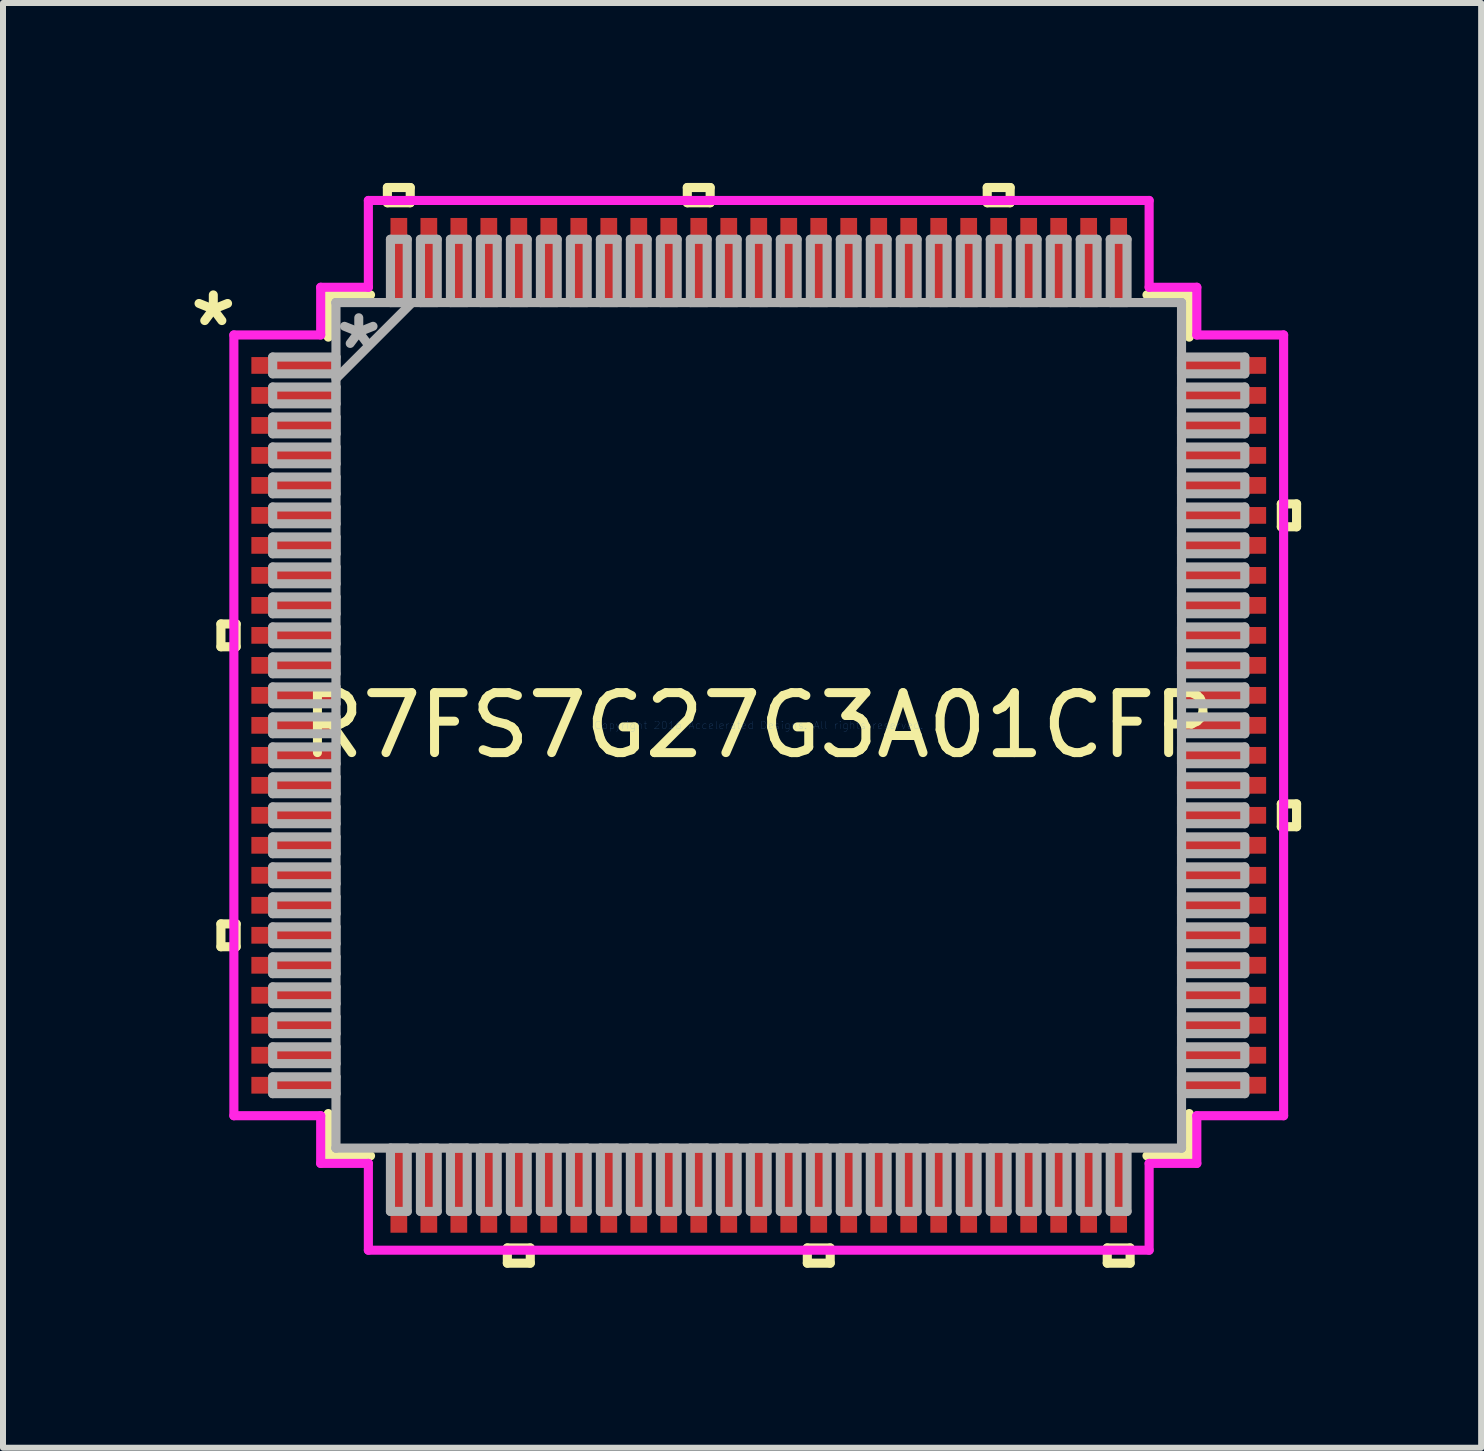
<source format=kicad_pcb>
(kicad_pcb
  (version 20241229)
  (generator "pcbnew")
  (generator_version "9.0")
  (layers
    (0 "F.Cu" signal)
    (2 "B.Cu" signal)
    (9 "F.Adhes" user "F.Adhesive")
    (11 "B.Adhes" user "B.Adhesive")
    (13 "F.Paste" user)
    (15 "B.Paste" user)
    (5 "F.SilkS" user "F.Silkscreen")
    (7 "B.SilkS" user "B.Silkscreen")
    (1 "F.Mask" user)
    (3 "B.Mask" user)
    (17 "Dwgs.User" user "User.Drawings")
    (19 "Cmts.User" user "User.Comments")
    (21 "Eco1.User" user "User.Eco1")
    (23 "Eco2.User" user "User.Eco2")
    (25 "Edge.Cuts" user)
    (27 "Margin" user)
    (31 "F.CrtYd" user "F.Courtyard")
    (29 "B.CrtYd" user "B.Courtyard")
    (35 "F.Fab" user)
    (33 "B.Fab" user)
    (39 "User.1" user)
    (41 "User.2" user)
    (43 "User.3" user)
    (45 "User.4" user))
  (footprint "R7FS7G27G3A01CFP"
    (layer "F.Cu")
    (at 9.599 9.042)
    (property "Reference" "R7FS7G27G3A01CFP" (at 0 0 0) (layer "F.SilkS") (effects (font (size 1 1) (thickness 0.15))))
    (attr through_hole)
    (fp_line (start -8.966 -1.69) (end -8.966 -1.31) (stroke (width 0.152) (type solid)) (layer "F.SilkS"))
    (fp_line (start -8.966 -1.31) (end -8.712 -1.31) (stroke (width 0.152) (type solid)) (layer "F.SilkS"))
    (fp_line (start -8.966 3.31) (end -8.966 3.691) (stroke (width 0.152) (type solid)) (layer "F.SilkS"))
    (fp_line (start -8.966 3.691) (end -8.712 3.691) (stroke (width 0.152) (type solid)) (layer "F.SilkS"))
    (fp_line (start -8.712 -1.69) (end -8.966 -1.69) (stroke (width 0.152) (type solid)) (layer "F.SilkS"))
    (fp_line (start -8.712 -1.31) (end -8.712 -1.69) (stroke (width 0.152) (type solid)) (layer "F.SilkS"))
    (fp_line (start -8.712 3.31) (end -8.966 3.31) (stroke (width 0.152) (type solid)) (layer "F.SilkS"))
    (fp_line (start -8.712 3.691) (end -8.712 3.31) (stroke (width 0.152) (type solid)) (layer "F.SilkS"))
    (fp_line (start -7.176 -7.176) (end -7.176 -6.472) (stroke (width 0.152) (type solid)) (layer "F.SilkS"))
    (fp_line (start -7.176 6.472) (end -7.176 7.176) (stroke (width 0.152) (type solid)) (layer "F.SilkS"))
    (fp_line (start -7.176 7.176) (end -6.472 7.176) (stroke (width 0.152) (type solid)) (layer "F.SilkS"))
    (fp_line (start -6.472 -7.176) (end -7.176 -7.176) (stroke (width 0.152) (type solid)) (layer "F.SilkS"))
    (fp_line (start -6.191 -8.966) (end -5.81 -8.966) (stroke (width 0.152) (type solid)) (layer "F.SilkS"))
    (fp_line (start -6.191 -8.712) (end -6.191 -8.966) (stroke (width 0.152) (type solid)) (layer "F.SilkS"))
    (fp_line (start -5.81 -8.966) (end -5.81 -8.712) (stroke (width 0.152) (type solid)) (layer "F.SilkS"))
    (fp_line (start -5.81 -8.712) (end -6.191 -8.712) (stroke (width 0.152) (type solid)) (layer "F.SilkS"))
    (fp_line (start -4.191 8.712) (end -4.191 8.966) (stroke (width 0.152) (type solid)) (layer "F.SilkS"))
    (fp_line (start -4.191 8.966) (end -3.809 8.966) (stroke (width 0.152) (type solid)) (layer "F.SilkS"))
    (fp_line (start -3.809 8.712) (end -4.191 8.712) (stroke (width 0.152) (type solid)) (layer "F.SilkS"))
    (fp_line (start -3.809 8.966) (end -3.809 8.712) (stroke (width 0.152) (type solid)) (layer "F.SilkS"))
    (fp_line (start -1.191 -8.966) (end -0.81 -8.966) (stroke (width 0.152) (type solid)) (layer "F.SilkS"))
    (fp_line (start -1.191 -8.712) (end -1.191 -8.966) (stroke (width 0.152) (type solid)) (layer "F.SilkS"))
    (fp_line (start -0.81 -8.966) (end -0.81 -8.712) (stroke (width 0.152) (type solid)) (layer "F.SilkS"))
    (fp_line (start -0.81 -8.712) (end -1.191 -8.712) (stroke (width 0.152) (type solid)) (layer "F.SilkS"))
    (fp_line (start 0.81 8.712) (end 0.81 8.966) (stroke (width 0.152) (type solid)) (layer "F.SilkS"))
    (fp_line (start 0.81 8.966) (end 1.191 8.966) (stroke (width 0.152) (type solid)) (layer "F.SilkS"))
    (fp_line (start 1.191 8.712) (end 0.81 8.712) (stroke (width 0.152) (type solid)) (layer "F.SilkS"))
    (fp_line (start 1.191 8.966) (end 1.191 8.712) (stroke (width 0.152) (type solid)) (layer "F.SilkS"))
    (fp_line (start 3.809 -8.966) (end 4.191 -8.966) (stroke (width 0.152) (type solid)) (layer "F.SilkS"))
    (fp_line (start 3.809 -8.712) (end 3.809 -8.966) (stroke (width 0.152) (type solid)) (layer "F.SilkS"))
    (fp_line (start 4.191 -8.966) (end 4.191 -8.712) (stroke (width 0.152) (type solid)) (layer "F.SilkS"))
    (fp_line (start 4.191 -8.712) (end 3.809 -8.712) (stroke (width 0.152) (type solid)) (layer "F.SilkS"))
    (fp_line (start 5.81 8.712) (end 5.81 8.966) (stroke (width 0.152) (type solid)) (layer "F.SilkS"))
    (fp_line (start 5.81 8.966) (end 6.191 8.966) (stroke (width 0.152) (type solid)) (layer "F.SilkS"))
    (fp_line (start 6.191 8.712) (end 5.81 8.712) (stroke (width 0.152) (type solid)) (layer "F.SilkS"))
    (fp_line (start 6.191 8.966) (end 6.191 8.712) (stroke (width 0.152) (type solid)) (layer "F.SilkS"))
    (fp_line (start 6.472 7.176) (end 7.176 7.176) (stroke (width 0.152) (type solid)) (layer "F.SilkS"))
    (fp_line (start 7.176 -7.176) (end 6.472 -7.176) (stroke (width 0.152) (type solid)) (layer "F.SilkS"))
    (fp_line (start 7.176 -6.472) (end 7.176 -7.176) (stroke (width 0.152) (type solid)) (layer "F.SilkS"))
    (fp_line (start 7.176 7.176) (end 7.176 6.472) (stroke (width 0.152) (type solid)) (layer "F.SilkS"))
    (fp_line (start 8.712 -3.691) (end 8.966 -3.691) (stroke (width 0.152) (type solid)) (layer "F.SilkS"))
    (fp_line (start 8.712 -3.31) (end 8.712 -3.691) (stroke (width 0.152) (type solid)) (layer "F.SilkS"))
    (fp_line (start 8.712 1.31) (end 8.966 1.31) (stroke (width 0.152) (type solid)) (layer "F.SilkS"))
    (fp_line (start 8.712 1.69) (end 8.712 1.31) (stroke (width 0.152) (type solid)) (layer "F.SilkS"))
    (fp_line (start 8.966 -3.691) (end 8.966 -3.31) (stroke (width 0.152) (type solid)) (layer "F.SilkS"))
    (fp_line (start 8.966 -3.31) (end 8.712 -3.31) (stroke (width 0.152) (type solid)) (layer "F.SilkS"))
    (fp_line (start 8.966 1.31) (end 8.966 1.69) (stroke (width 0.152) (type solid)) (layer "F.SilkS"))
    (fp_line (start 8.966 1.69) (end 8.712 1.69) (stroke (width 0.152) (type solid)) (layer "F.SilkS"))
    (fp_line (start -8.75 -6.508) (end -7.303 -6.508) (stroke (width 0.152) (type solid)) (layer "F.CrtYd"))
    (fp_line (start -8.75 6.508) (end -8.75 -6.508) (stroke (width 0.152) (type solid)) (layer "F.CrtYd"))
    (fp_line (start -7.303 -7.303) (end -6.508 -7.303) (stroke (width 0.152) (type solid)) (layer "F.CrtYd"))
    (fp_line (start -7.303 -6.508) (end -7.303 -7.303) (stroke (width 0.152) (type solid)) (layer "F.CrtYd"))
    (fp_line (start -7.303 6.508) (end -8.75 6.508) (stroke (width 0.152) (type solid)) (layer "F.CrtYd"))
    (fp_line (start -7.303 7.303) (end -7.303 6.508) (stroke (width 0.152) (type solid)) (layer "F.CrtYd"))
    (fp_line (start -6.508 -8.75) (end 6.508 -8.75) (stroke (width 0.152) (type solid)) (layer "F.CrtYd"))
    (fp_line (start -6.508 -7.303) (end -6.508 -8.75) (stroke (width 0.152) (type solid)) (layer "F.CrtYd"))
    (fp_line (start -6.508 7.303) (end -7.303 7.303) (stroke (width 0.152) (type solid)) (layer "F.CrtYd"))
    (fp_line (start -6.508 8.75) (end -6.508 7.303) (stroke (width 0.152) (type solid)) (layer "F.CrtYd"))
    (fp_line (start 6.508 -8.75) (end 6.508 -7.303) (stroke (width 0.152) (type solid)) (layer "F.CrtYd"))
    (fp_line (start 6.508 -7.303) (end 7.303 -7.303) (stroke (width 0.152) (type solid)) (layer "F.CrtYd"))
    (fp_line (start 6.508 7.303) (end 6.508 8.75) (stroke (width 0.152) (type solid)) (layer "F.CrtYd"))
    (fp_line (start 6.508 8.75) (end -6.508 8.75) (stroke (width 0.152) (type solid)) (layer "F.CrtYd"))
    (fp_line (start 7.303 -7.303) (end 7.303 -6.508) (stroke (width 0.152) (type solid)) (layer "F.CrtYd"))
    (fp_line (start 7.303 -6.508) (end 8.75 -6.508) (stroke (width 0.152) (type solid)) (layer "F.CrtYd"))
    (fp_line (start 7.303 6.508) (end 7.303 7.303) (stroke (width 0.152) (type solid)) (layer "F.CrtYd"))
    (fp_line (start 7.303 7.303) (end 6.508 7.303) (stroke (width 0.152) (type solid)) (layer "F.CrtYd"))
    (fp_line (start 8.75 -6.508) (end 8.75 6.508) (stroke (width 0.152) (type solid)) (layer "F.CrtYd"))
    (fp_line (start 8.75 6.508) (end 7.303 6.508) (stroke (width 0.152) (type solid)) (layer "F.CrtYd"))
    (fp_line (start -8.103 -6.14) (end -8.103 -5.86) (stroke (width 0.152) (type solid)) (layer "F.Fab"))
    (fp_line (start -8.103 -5.86) (end -7.048 -5.86) (stroke (width 0.152) (type solid)) (layer "F.Fab"))
    (fp_line (start -8.103 -5.64) (end -8.103 -5.36) (stroke (width 0.152) (type solid)) (layer "F.Fab"))
    (fp_line (start -8.103 -5.36) (end -7.048 -5.36) (stroke (width 0.152) (type solid)) (layer "F.Fab"))
    (fp_line (start -8.103 -5.14) (end -8.103 -4.86) (stroke (width 0.152) (type solid)) (layer "F.Fab"))
    (fp_line (start -8.103 -4.86) (end -7.048 -4.86) (stroke (width 0.152) (type solid)) (layer "F.Fab"))
    (fp_line (start -8.103 -4.64) (end -8.103 -4.36) (stroke (width 0.152) (type solid)) (layer "F.Fab"))
    (fp_line (start -8.103 -4.36) (end -7.048 -4.36) (stroke (width 0.152) (type solid)) (layer "F.Fab"))
    (fp_line (start -8.103 -4.14) (end -8.103 -3.86) (stroke (width 0.152) (type solid)) (layer "F.Fab"))
    (fp_line (start -8.103 -3.86) (end -7.048 -3.86) (stroke (width 0.152) (type solid)) (layer "F.Fab"))
    (fp_line (start -8.103 -3.64) (end -8.103 -3.36) (stroke (width 0.152) (type solid)) (layer "F.Fab"))
    (fp_line (start -8.103 -3.36) (end -7.048 -3.36) (stroke (width 0.152) (type solid)) (layer "F.Fab"))
    (fp_line (start -8.103 -3.14) (end -8.103 -2.86) (stroke (width 0.152) (type solid)) (layer "F.Fab"))
    (fp_line (start -8.103 -2.86) (end -7.048 -2.86) (stroke (width 0.152) (type solid)) (layer "F.Fab"))
    (fp_line (start -8.103 -2.64) (end -8.103 -2.36) (stroke (width 0.152) (type solid)) (layer "F.Fab"))
    (fp_line (start -8.103 -2.36) (end -7.048 -2.36) (stroke (width 0.152) (type solid)) (layer "F.Fab"))
    (fp_line (start -8.103 -2.14) (end -8.103 -1.86) (stroke (width 0.152) (type solid)) (layer "F.Fab"))
    (fp_line (start -8.103 -1.86) (end -7.048 -1.86) (stroke (width 0.152) (type solid)) (layer "F.Fab"))
    (fp_line (start -8.103 -1.64) (end -8.103 -1.36) (stroke (width 0.152) (type solid)) (layer "F.Fab"))
    (fp_line (start -8.103 -1.36) (end -7.048 -1.36) (stroke (width 0.152) (type solid)) (layer "F.Fab"))
    (fp_line (start -8.103 -1.14) (end -8.103 -0.86) (stroke (width 0.152) (type solid)) (layer "F.Fab"))
    (fp_line (start -8.103 -0.86) (end -7.048 -0.86) (stroke (width 0.152) (type solid)) (layer "F.Fab"))
    (fp_line (start -8.103 -0.64) (end -8.103 -0.36) (stroke (width 0.152) (type solid)) (layer "F.Fab"))
    (fp_line (start -8.103 -0.36) (end -7.048 -0.36) (stroke (width 0.152) (type solid)) (layer "F.Fab"))
    (fp_line (start -8.103 -0.14) (end -8.103 0.14) (stroke (width 0.152) (type solid)) (layer "F.Fab"))
    (fp_line (start -8.103 0.14) (end -7.048 0.14) (stroke (width 0.152) (type solid)) (layer "F.Fab"))
    (fp_line (start -8.103 0.36) (end -8.103 0.64) (stroke (width 0.152) (type solid)) (layer "F.Fab"))
    (fp_line (start -8.103 0.64) (end -7.048 0.64) (stroke (width 0.152) (type solid)) (layer "F.Fab"))
    (fp_line (start -8.103 0.86) (end -8.103 1.14) (stroke (width 0.152) (type solid)) (layer "F.Fab"))
    (fp_line (start -8.103 1.14) (end -7.048 1.14) (stroke (width 0.152) (type solid)) (layer "F.Fab"))
    (fp_line (start -8.103 1.36) (end -8.103 1.64) (stroke (width 0.152) (type solid)) (layer "F.Fab"))
    (fp_line (start -8.103 1.64) (end -7.048 1.64) (stroke (width 0.152) (type solid)) (layer "F.Fab"))
    (fp_line (start -8.103 1.86) (end -8.103 2.14) (stroke (width 0.152) (type solid)) (layer "F.Fab"))
    (fp_line (start -8.103 2.14) (end -7.048 2.14) (stroke (width 0.152) (type solid)) (layer "F.Fab"))
    (fp_line (start -8.103 2.36) (end -8.103 2.64) (stroke (width 0.152) (type solid)) (layer "F.Fab"))
    (fp_line (start -8.103 2.64) (end -7.048 2.64) (stroke (width 0.152) (type solid)) (layer "F.Fab"))
    (fp_line (start -8.103 2.86) (end -8.103 3.14) (stroke (width 0.152) (type solid)) (layer "F.Fab"))
    (fp_line (start -8.103 3.14) (end -7.048 3.14) (stroke (width 0.152) (type solid)) (layer "F.Fab"))
    (fp_line (start -8.103 3.36) (end -8.103 3.64) (stroke (width 0.152) (type solid)) (layer "F.Fab"))
    (fp_line (start -8.103 3.64) (end -7.048 3.64) (stroke (width 0.152) (type solid)) (layer "F.Fab"))
    (fp_line (start -8.103 3.86) (end -8.103 4.14) (stroke (width 0.152) (type solid)) (layer "F.Fab"))
    (fp_line (start -8.103 4.14) (end -7.048 4.14) (stroke (width 0.152) (type solid)) (layer "F.Fab"))
    (fp_line (start -8.103 4.36) (end -8.103 4.64) (stroke (width 0.152) (type solid)) (layer "F.Fab"))
    (fp_line (start -8.103 4.64) (end -7.048 4.64) (stroke (width 0.152) (type solid)) (layer "F.Fab"))
    (fp_line (start -8.103 4.86) (end -8.103 5.14) (stroke (width 0.152) (type solid)) (layer "F.Fab"))
    (fp_line (start -8.103 5.14) (end -7.048 5.14) (stroke (width 0.152) (type solid)) (layer "F.Fab"))
    (fp_line (start -8.103 5.36) (end -8.103 5.64) (stroke (width 0.152) (type solid)) (layer "F.Fab"))
    (fp_line (start -8.103 5.64) (end -7.048 5.64) (stroke (width 0.152) (type solid)) (layer "F.Fab"))
    (fp_line (start -8.103 5.86) (end -8.103 6.14) (stroke (width 0.152) (type solid)) (layer "F.Fab"))
    (fp_line (start -8.103 6.14) (end -7.048 6.14) (stroke (width 0.152) (type solid)) (layer "F.Fab"))
    (fp_line (start -7.048 -7.048) (end -7.048 -7.048) (stroke (width 0.152) (type solid)) (layer "F.Fab"))
    (fp_line (start -7.048 -7.048) (end -7.048 7.048) (stroke (width 0.152) (type solid)) (layer "F.Fab"))
    (fp_line (start -7.048 -6.14) (end -8.103 -6.14) (stroke (width 0.152) (type solid)) (layer "F.Fab"))
    (fp_line (start -7.048 -5.86) (end -7.048 -6.14) (stroke (width 0.152) (type solid)) (layer "F.Fab"))
    (fp_line (start -7.048 -5.779) (end -5.779 -7.048) (stroke (width 0.152) (type solid)) (layer "F.Fab"))
    (fp_line (start -7.048 -5.64) (end -8.103 -5.64) (stroke (width 0.152) (type solid)) (layer "F.Fab"))
    (fp_line (start -7.048 -5.36) (end -7.048 -5.64) (stroke (width 0.152) (type solid)) (layer "F.Fab"))
    (fp_line (start -7.048 -5.14) (end -8.103 -5.14) (stroke (width 0.152) (type solid)) (layer "F.Fab"))
    (fp_line (start -7.048 -4.86) (end -7.048 -5.14) (stroke (width 0.152) (type solid)) (layer "F.Fab"))
    (fp_line (start -7.048 -4.64) (end -8.103 -4.64) (stroke (width 0.152) (type solid)) (layer "F.Fab"))
    (fp_line (start -7.048 -4.36) (end -7.048 -4.64) (stroke (width 0.152) (type solid)) (layer "F.Fab"))
    (fp_line (start -7.048 -4.14) (end -8.103 -4.14) (stroke (width 0.152) (type solid)) (layer "F.Fab"))
    (fp_line (start -7.048 -3.86) (end -7.048 -4.14) (stroke (width 0.152) (type solid)) (layer "F.Fab"))
    (fp_line (start -7.048 -3.64) (end -8.103 -3.64) (stroke (width 0.152) (type solid)) (layer "F.Fab"))
    (fp_line (start -7.048 -3.36) (end -7.048 -3.64) (stroke (width 0.152) (type solid)) (layer "F.Fab"))
    (fp_line (start -7.048 -3.14) (end -8.103 -3.14) (stroke (width 0.152) (type solid)) (layer "F.Fab"))
    (fp_line (start -7.048 -2.86) (end -7.048 -3.14) (stroke (width 0.152) (type solid)) (layer "F.Fab"))
    (fp_line (start -7.048 -2.64) (end -8.103 -2.64) (stroke (width 0.152) (type solid)) (layer "F.Fab"))
    (fp_line (start -7.048 -2.36) (end -7.048 -2.64) (stroke (width 0.152) (type solid)) (layer "F.Fab"))
    (fp_line (start -7.048 -2.14) (end -8.103 -2.14) (stroke (width 0.152) (type solid)) (layer "F.Fab"))
    (fp_line (start -7.048 -1.86) (end -7.048 -2.14) (stroke (width 0.152) (type solid)) (layer "F.Fab"))
    (fp_line (start -7.048 -1.64) (end -8.103 -1.64) (stroke (width 0.152) (type solid)) (layer "F.Fab"))
    (fp_line (start -7.048 -1.36) (end -7.048 -1.64) (stroke (width 0.152) (type solid)) (layer "F.Fab"))
    (fp_line (start -7.048 -1.14) (end -8.103 -1.14) (stroke (width 0.152) (type solid)) (layer "F.Fab"))
    (fp_line (start -7.048 -0.86) (end -7.048 -1.14) (stroke (width 0.152) (type solid)) (layer "F.Fab"))
    (fp_line (start -7.048 -0.64) (end -8.103 -0.64) (stroke (width 0.152) (type solid)) (layer "F.Fab"))
    (fp_line (start -7.048 -0.36) (end -7.048 -0.64) (stroke (width 0.152) (type solid)) (layer "F.Fab"))
    (fp_line (start -7.048 -0.14) (end -8.103 -0.14) (stroke (width 0.152) (type solid)) (layer "F.Fab"))
    (fp_line (start -7.048 0.14) (end -7.048 -0.14) (stroke (width 0.152) (type solid)) (layer "F.Fab"))
    (fp_line (start -7.048 0.36) (end -8.103 0.36) (stroke (width 0.152) (type solid)) (layer "F.Fab"))
    (fp_line (start -7.048 0.64) (end -7.048 0.36) (stroke (width 0.152) (type solid)) (layer "F.Fab"))
    (fp_line (start -7.048 0.86) (end -8.103 0.86) (stroke (width 0.152) (type solid)) (layer "F.Fab"))
    (fp_line (start -7.048 1.14) (end -7.048 0.86) (stroke (width 0.152) (type solid)) (layer "F.Fab"))
    (fp_line (start -7.048 1.36) (end -8.103 1.36) (stroke (width 0.152) (type solid)) (layer "F.Fab"))
    (fp_line (start -7.048 1.64) (end -7.048 1.36) (stroke (width 0.152) (type solid)) (layer "F.Fab"))
    (fp_line (start -7.048 1.86) (end -8.103 1.86) (stroke (width 0.152) (type solid)) (layer "F.Fab"))
    (fp_line (start -7.048 2.14) (end -7.048 1.86) (stroke (width 0.152) (type solid)) (layer "F.Fab"))
    (fp_line (start -7.048 2.36) (end -8.103 2.36) (stroke (width 0.152) (type solid)) (layer "F.Fab"))
    (fp_line (start -7.048 2.64) (end -7.048 2.36) (stroke (width 0.152) (type solid)) (layer "F.Fab"))
    (fp_line (start -7.048 2.86) (end -8.103 2.86) (stroke (width 0.152) (type solid)) (layer "F.Fab"))
    (fp_line (start -7.048 3.14) (end -7.048 2.86) (stroke (width 0.152) (type solid)) (layer "F.Fab"))
    (fp_line (start -7.048 3.36) (end -8.103 3.36) (stroke (width 0.152) (type solid)) (layer "F.Fab"))
    (fp_line (start -7.048 3.64) (end -7.048 3.36) (stroke (width 0.152) (type solid)) (layer "F.Fab"))
    (fp_line (start -7.048 3.86) (end -8.103 3.86) (stroke (width 0.152) (type solid)) (layer "F.Fab"))
    (fp_line (start -7.048 4.14) (end -7.048 3.86) (stroke (width 0.152) (type solid)) (layer "F.Fab"))
    (fp_line (start -7.048 4.36) (end -8.103 4.36) (stroke (width 0.152) (type solid)) (layer "F.Fab"))
    (fp_line (start -7.048 4.64) (end -7.048 4.36) (stroke (width 0.152) (type solid)) (layer "F.Fab"))
    (fp_line (start -7.048 4.86) (end -8.103 4.86) (stroke (width 0.152) (type solid)) (layer "F.Fab"))
    (fp_line (start -7.048 5.14) (end -7.048 4.86) (stroke (width 0.152) (type solid)) (layer "F.Fab"))
    (fp_line (start -7.048 5.36) (end -8.103 5.36) (stroke (width 0.152) (type solid)) (layer "F.Fab"))
    (fp_line (start -7.048 5.64) (end -7.048 5.36) (stroke (width 0.152) (type solid)) (layer "F.Fab"))
    (fp_line (start -7.048 5.86) (end -8.103 5.86) (stroke (width 0.152) (type solid)) (layer "F.Fab"))
    (fp_line (start -7.048 6.14) (end -7.048 5.86) (stroke (width 0.152) (type solid)) (layer "F.Fab"))
    (fp_line (start -7.048 7.048) (end -7.048 7.048) (stroke (width 0.152) (type solid)) (layer "F.Fab"))
    (fp_line (start -7.048 7.048) (end 7.048 7.048) (stroke (width 0.152) (type solid)) (layer "F.Fab"))
    (fp_line (start -6.14 -8.103) (end -6.14 -7.048) (stroke (width 0.152) (type solid)) (layer "F.Fab"))
    (fp_line (start -6.14 -7.048) (end -5.86 -7.048) (stroke (width 0.152) (type solid)) (layer "F.Fab"))
    (fp_line (start -6.14 7.048) (end -6.14 8.103) (stroke (width 0.152) (type solid)) (layer "F.Fab"))
    (fp_line (start -6.14 8.103) (end -5.86 8.103) (stroke (width 0.152) (type solid)) (layer "F.Fab"))
    (fp_line (start -5.86 -8.103) (end -6.14 -8.103) (stroke (width 0.152) (type solid)) (layer "F.Fab"))
    (fp_line (start -5.86 -7.048) (end -5.86 -8.103) (stroke (width 0.152) (type solid)) (layer "F.Fab"))
    (fp_line (start -5.86 7.048) (end -6.14 7.048) (stroke (width 0.152) (type solid)) (layer "F.Fab"))
    (fp_line (start -5.86 8.103) (end -5.86 7.048) (stroke (width 0.152) (type solid)) (layer "F.Fab"))
    (fp_line (start -5.64 -8.103) (end -5.64 -7.048) (stroke (width 0.152) (type solid)) (layer "F.Fab"))
    (fp_line (start -5.64 -7.048) (end -5.36 -7.048) (stroke (width 0.152) (type solid)) (layer "F.Fab"))
    (fp_line (start -5.64 7.048) (end -5.64 8.103) (stroke (width 0.152) (type solid)) (layer "F.Fab"))
    (fp_line (start -5.64 8.103) (end -5.36 8.103) (stroke (width 0.152) (type solid)) (layer "F.Fab"))
    (fp_line (start -5.36 -8.103) (end -5.64 -8.103) (stroke (width 0.152) (type solid)) (layer "F.Fab"))
    (fp_line (start -5.36 -7.048) (end -5.36 -8.103) (stroke (width 0.152) (type solid)) (layer "F.Fab"))
    (fp_line (start -5.36 7.048) (end -5.64 7.048) (stroke (width 0.152) (type solid)) (layer "F.Fab"))
    (fp_line (start -5.36 8.103) (end -5.36 7.048) (stroke (width 0.152) (type solid)) (layer "F.Fab"))
    (fp_line (start -5.14 -8.103) (end -5.14 -7.048) (stroke (width 0.152) (type solid)) (layer "F.Fab"))
    (fp_line (start -5.14 -7.048) (end -4.86 -7.048) (stroke (width 0.152) (type solid)) (layer "F.Fab"))
    (fp_line (start -5.14 7.048) (end -5.14 8.103) (stroke (width 0.152) (type solid)) (layer "F.Fab"))
    (fp_line (start -5.14 8.103) (end -4.86 8.103) (stroke (width 0.152) (type solid)) (layer "F.Fab"))
    (fp_line (start -4.86 -8.103) (end -5.14 -8.103) (stroke (width 0.152) (type solid)) (layer "F.Fab"))
    (fp_line (start -4.86 -7.048) (end -4.86 -8.103) (stroke (width 0.152) (type solid)) (layer "F.Fab"))
    (fp_line (start -4.86 7.048) (end -5.14 7.048) (stroke (width 0.152) (type solid)) (layer "F.Fab"))
    (fp_line (start -4.86 8.103) (end -4.86 7.048) (stroke (width 0.152) (type solid)) (layer "F.Fab"))
    (fp_line (start -4.64 -8.103) (end -4.64 -7.048) (stroke (width 0.152) (type solid)) (layer "F.Fab"))
    (fp_line (start -4.64 -7.048) (end -4.36 -7.048) (stroke (width 0.152) (type solid)) (layer "F.Fab"))
    (fp_line (start -4.64 7.048) (end -4.64 8.103) (stroke (width 0.152) (type solid)) (layer "F.Fab"))
    (fp_line (start -4.64 8.103) (end -4.36 8.103) (stroke (width 0.152) (type solid)) (layer "F.Fab"))
    (fp_line (start -4.36 -8.103) (end -4.64 -8.103) (stroke (width 0.152) (type solid)) (layer "F.Fab"))
    (fp_line (start -4.36 -7.048) (end -4.36 -8.103) (stroke (width 0.152) (type solid)) (layer "F.Fab"))
    (fp_line (start -4.36 7.048) (end -4.64 7.048) (stroke (width 0.152) (type solid)) (layer "F.Fab"))
    (fp_line (start -4.36 8.103) (end -4.36 7.048) (stroke (width 0.152) (type solid)) (layer "F.Fab"))
    (fp_line (start -4.14 -8.103) (end -4.14 -7.048) (stroke (width 0.152) (type solid)) (layer "F.Fab"))
    (fp_line (start -4.14 -7.048) (end -3.86 -7.048) (stroke (width 0.152) (type solid)) (layer "F.Fab"))
    (fp_line (start -4.14 7.048) (end -4.14 8.103) (stroke (width 0.152) (type solid)) (layer "F.Fab"))
    (fp_line (start -4.14 8.103) (end -3.86 8.103) (stroke (width 0.152) (type solid)) (layer "F.Fab"))
    (fp_line (start -3.86 -8.103) (end -4.14 -8.103) (stroke (width 0.152) (type solid)) (layer "F.Fab"))
    (fp_line (start -3.86 -7.048) (end -3.86 -8.103) (stroke (width 0.152) (type solid)) (layer "F.Fab"))
    (fp_line (start -3.86 7.048) (end -4.14 7.048) (stroke (width 0.152) (type solid)) (layer "F.Fab"))
    (fp_line (start -3.86 8.103) (end -3.86 7.048) (stroke (width 0.152) (type solid)) (layer "F.Fab"))
    (fp_line (start -3.64 -8.103) (end -3.64 -7.048) (stroke (width 0.152) (type solid)) (layer "F.Fab"))
    (fp_line (start -3.64 -7.048) (end -3.36 -7.048) (stroke (width 0.152) (type solid)) (layer "F.Fab"))
    (fp_line (start -3.64 7.048) (end -3.64 8.103) (stroke (width 0.152) (type solid)) (layer "F.Fab"))
    (fp_line (start -3.64 8.103) (end -3.36 8.103) (stroke (width 0.152) (type solid)) (layer "F.Fab"))
    (fp_line (start -3.36 -8.103) (end -3.64 -8.103) (stroke (width 0.152) (type solid)) (layer "F.Fab"))
    (fp_line (start -3.36 -7.048) (end -3.36 -8.103) (stroke (width 0.152) (type solid)) (layer "F.Fab"))
    (fp_line (start -3.36 7.048) (end -3.64 7.048) (stroke (width 0.152) (type solid)) (layer "F.Fab"))
    (fp_line (start -3.36 8.103) (end -3.36 7.048) (stroke (width 0.152) (type solid)) (layer "F.Fab"))
    (fp_line (start -3.14 -8.103) (end -3.14 -7.048) (stroke (width 0.152) (type solid)) (layer "F.Fab"))
    (fp_line (start -3.14 -7.048) (end -2.86 -7.048) (stroke (width 0.152) (type solid)) (layer "F.Fab"))
    (fp_line (start -3.14 7.048) (end -3.14 8.103) (stroke (width 0.152) (type solid)) (layer "F.Fab"))
    (fp_line (start -3.14 8.103) (end -2.86 8.103) (stroke (width 0.152) (type solid)) (layer "F.Fab"))
    (fp_line (start -2.86 -8.103) (end -3.14 -8.103) (stroke (width 0.152) (type solid)) (layer "F.Fab"))
    (fp_line (start -2.86 -7.048) (end -2.86 -8.103) (stroke (width 0.152) (type solid)) (layer "F.Fab"))
    (fp_line (start -2.86 7.048) (end -3.14 7.048) (stroke (width 0.152) (type solid)) (layer "F.Fab"))
    (fp_line (start -2.86 8.103) (end -2.86 7.048) (stroke (width 0.152) (type solid)) (layer "F.Fab"))
    (fp_line (start -2.64 -8.103) (end -2.64 -7.048) (stroke (width 0.152) (type solid)) (layer "F.Fab"))
    (fp_line (start -2.64 -7.048) (end -2.36 -7.048) (stroke (width 0.152) (type solid)) (layer "F.Fab"))
    (fp_line (start -2.64 7.048) (end -2.64 8.103) (stroke (width 0.152) (type solid)) (layer "F.Fab"))
    (fp_line (start -2.64 8.103) (end -2.36 8.103) (stroke (width 0.152) (type solid)) (layer "F.Fab"))
    (fp_line (start -2.36 -8.103) (end -2.64 -8.103) (stroke (width 0.152) (type solid)) (layer "F.Fab"))
    (fp_line (start -2.36 -7.048) (end -2.36 -8.103) (stroke (width 0.152) (type solid)) (layer "F.Fab"))
    (fp_line (start -2.36 7.048) (end -2.64 7.048) (stroke (width 0.152) (type solid)) (layer "F.Fab"))
    (fp_line (start -2.36 8.103) (end -2.36 7.048) (stroke (width 0.152) (type solid)) (layer "F.Fab"))
    (fp_line (start -2.14 -8.103) (end -2.14 -7.048) (stroke (width 0.152) (type solid)) (layer "F.Fab"))
    (fp_line (start -2.14 -7.048) (end -1.86 -7.048) (stroke (width 0.152) (type solid)) (layer "F.Fab"))
    (fp_line (start -2.14 7.048) (end -2.14 8.103) (stroke (width 0.152) (type solid)) (layer "F.Fab"))
    (fp_line (start -2.14 8.103) (end -1.86 8.103) (stroke (width 0.152) (type solid)) (layer "F.Fab"))
    (fp_line (start -1.86 -8.103) (end -2.14 -8.103) (stroke (width 0.152) (type solid)) (layer "F.Fab"))
    (fp_line (start -1.86 -7.048) (end -1.86 -8.103) (stroke (width 0.152) (type solid)) (layer "F.Fab"))
    (fp_line (start -1.86 7.048) (end -2.14 7.048) (stroke (width 0.152) (type solid)) (layer "F.Fab"))
    (fp_line (start -1.86 8.103) (end -1.86 7.048) (stroke (width 0.152) (type solid)) (layer "F.Fab"))
    (fp_line (start -1.64 -8.103) (end -1.64 -7.048) (stroke (width 0.152) (type solid)) (layer "F.Fab"))
    (fp_line (start -1.64 -7.048) (end -1.36 -7.048) (stroke (width 0.152) (type solid)) (layer "F.Fab"))
    (fp_line (start -1.64 7.048) (end -1.64 8.103) (stroke (width 0.152) (type solid)) (layer "F.Fab"))
    (fp_line (start -1.64 8.103) (end -1.36 8.103) (stroke (width 0.152) (type solid)) (layer "F.Fab"))
    (fp_line (start -1.36 -8.103) (end -1.64 -8.103) (stroke (width 0.152) (type solid)) (layer "F.Fab"))
    (fp_line (start -1.36 -7.048) (end -1.36 -8.103) (stroke (width 0.152) (type solid)) (layer "F.Fab"))
    (fp_line (start -1.36 7.048) (end -1.64 7.048) (stroke (width 0.152) (type solid)) (layer "F.Fab"))
    (fp_line (start -1.36 8.103) (end -1.36 7.048) (stroke (width 0.152) (type solid)) (layer "F.Fab"))
    (fp_line (start -1.14 -8.103) (end -1.14 -7.048) (stroke (width 0.152) (type solid)) (layer "F.Fab"))
    (fp_line (start -1.14 -7.048) (end -0.86 -7.048) (stroke (width 0.152) (type solid)) (layer "F.Fab"))
    (fp_line (start -1.14 7.048) (end -1.14 8.103) (stroke (width 0.152) (type solid)) (layer "F.Fab"))
    (fp_line (start -1.14 8.103) (end -0.86 8.103) (stroke (width 0.152) (type solid)) (layer "F.Fab"))
    (fp_line (start -0.86 -8.103) (end -1.14 -8.103) (stroke (width 0.152) (type solid)) (layer "F.Fab"))
    (fp_line (start -0.86 -7.048) (end -0.86 -8.103) (stroke (width 0.152) (type solid)) (layer "F.Fab"))
    (fp_line (start -0.86 7.048) (end -1.14 7.048) (stroke (width 0.152) (type solid)) (layer "F.Fab"))
    (fp_line (start -0.86 8.103) (end -0.86 7.048) (stroke (width 0.152) (type solid)) (layer "F.Fab"))
    (fp_line (start -0.64 -8.103) (end -0.64 -7.048) (stroke (width 0.152) (type solid)) (layer "F.Fab"))
    (fp_line (start -0.64 -7.048) (end -0.36 -7.048) (stroke (width 0.152) (type solid)) (layer "F.Fab"))
    (fp_line (start -0.64 7.048) (end -0.64 8.103) (stroke (width 0.152) (type solid)) (layer "F.Fab"))
    (fp_line (start -0.64 8.103) (end -0.36 8.103) (stroke (width 0.152) (type solid)) (layer "F.Fab"))
    (fp_line (start -0.36 -8.103) (end -0.64 -8.103) (stroke (width 0.152) (type solid)) (layer "F.Fab"))
    (fp_line (start -0.36 -7.048) (end -0.36 -8.103) (stroke (width 0.152) (type solid)) (layer "F.Fab"))
    (fp_line (start -0.36 7.048) (end -0.64 7.048) (stroke (width 0.152) (type solid)) (layer "F.Fab"))
    (fp_line (start -0.36 8.103) (end -0.36 7.048) (stroke (width 0.152) (type solid)) (layer "F.Fab"))
    (fp_line (start -0.14 -8.103) (end -0.14 -7.048) (stroke (width 0.152) (type solid)) (layer "F.Fab"))
    (fp_line (start -0.14 -7.048) (end 0.14 -7.048) (stroke (width 0.152) (type solid)) (layer "F.Fab"))
    (fp_line (start -0.14 7.048) (end -0.14 8.103) (stroke (width 0.152) (type solid)) (layer "F.Fab"))
    (fp_line (start -0.14 8.103) (end 0.14 8.103) (stroke (width 0.152) (type solid)) (layer "F.Fab"))
    (fp_line (start 0.14 -8.103) (end -0.14 -8.103) (stroke (width 0.152) (type solid)) (layer "F.Fab"))
    (fp_line (start 0.14 -7.048) (end 0.14 -8.103) (stroke (width 0.152) (type solid)) (layer "F.Fab"))
    (fp_line (start 0.14 7.048) (end -0.14 7.048) (stroke (width 0.152) (type solid)) (layer "F.Fab"))
    (fp_line (start 0.14 8.103) (end 0.14 7.048) (stroke (width 0.152) (type solid)) (layer "F.Fab"))
    (fp_line (start 0.36 -8.103) (end 0.36 -7.048) (stroke (width 0.152) (type solid)) (layer "F.Fab"))
    (fp_line (start 0.36 -7.048) (end 0.64 -7.048) (stroke (width 0.152) (type solid)) (layer "F.Fab"))
    (fp_line (start 0.36 7.048) (end 0.36 8.103) (stroke (width 0.152) (type solid)) (layer "F.Fab"))
    (fp_line (start 0.36 8.103) (end 0.64 8.103) (stroke (width 0.152) (type solid)) (layer "F.Fab"))
    (fp_line (start 0.64 -8.103) (end 0.36 -8.103) (stroke (width 0.152) (type solid)) (layer "F.Fab"))
    (fp_line (start 0.64 -7.048) (end 0.64 -8.103) (stroke (width 0.152) (type solid)) (layer "F.Fab"))
    (fp_line (start 0.64 7.048) (end 0.36 7.048) (stroke (width 0.152) (type solid)) (layer "F.Fab"))
    (fp_line (start 0.64 8.103) (end 0.64 7.048) (stroke (width 0.152) (type solid)) (layer "F.Fab"))
    (fp_line (start 0.86 -8.103) (end 0.86 -7.048) (stroke (width 0.152) (type solid)) (layer "F.Fab"))
    (fp_line (start 0.86 -7.048) (end 1.14 -7.048) (stroke (width 0.152) (type solid)) (layer "F.Fab"))
    (fp_line (start 0.86 7.048) (end 0.86 8.103) (stroke (width 0.152) (type solid)) (layer "F.Fab"))
    (fp_line (start 0.86 8.103) (end 1.14 8.103) (stroke (width 0.152) (type solid)) (layer "F.Fab"))
    (fp_line (start 1.14 -8.103) (end 0.86 -8.103) (stroke (width 0.152) (type solid)) (layer "F.Fab"))
    (fp_line (start 1.14 -7.048) (end 1.14 -8.103) (stroke (width 0.152) (type solid)) (layer "F.Fab"))
    (fp_line (start 1.14 7.048) (end 0.86 7.048) (stroke (width 0.152) (type solid)) (layer "F.Fab"))
    (fp_line (start 1.14 8.103) (end 1.14 7.048) (stroke (width 0.152) (type solid)) (layer "F.Fab"))
    (fp_line (start 1.36 -8.103) (end 1.36 -7.048) (stroke (width 0.152) (type solid)) (layer "F.Fab"))
    (fp_line (start 1.36 -7.048) (end 1.64 -7.048) (stroke (width 0.152) (type solid)) (layer "F.Fab"))
    (fp_line (start 1.36 7.048) (end 1.36 8.103) (stroke (width 0.152) (type solid)) (layer "F.Fab"))
    (fp_line (start 1.36 8.103) (end 1.64 8.103) (stroke (width 0.152) (type solid)) (layer "F.Fab"))
    (fp_line (start 1.64 -8.103) (end 1.36 -8.103) (stroke (width 0.152) (type solid)) (layer "F.Fab"))
    (fp_line (start 1.64 -7.048) (end 1.64 -8.103) (stroke (width 0.152) (type solid)) (layer "F.Fab"))
    (fp_line (start 1.64 7.048) (end 1.36 7.048) (stroke (width 0.152) (type solid)) (layer "F.Fab"))
    (fp_line (start 1.64 8.103) (end 1.64 7.048) (stroke (width 0.152) (type solid)) (layer "F.Fab"))
    (fp_line (start 1.86 -8.103) (end 1.86 -7.048) (stroke (width 0.152) (type solid)) (layer "F.Fab"))
    (fp_line (start 1.86 -7.048) (end 2.14 -7.048) (stroke (width 0.152) (type solid)) (layer "F.Fab"))
    (fp_line (start 1.86 7.048) (end 1.86 8.103) (stroke (width 0.152) (type solid)) (layer "F.Fab"))
    (fp_line (start 1.86 8.103) (end 2.14 8.103) (stroke (width 0.152) (type solid)) (layer "F.Fab"))
    (fp_line (start 2.14 -8.103) (end 1.86 -8.103) (stroke (width 0.152) (type solid)) (layer "F.Fab"))
    (fp_line (start 2.14 -7.048) (end 2.14 -8.103) (stroke (width 0.152) (type solid)) (layer "F.Fab"))
    (fp_line (start 2.14 7.048) (end 1.86 7.048) (stroke (width 0.152) (type solid)) (layer "F.Fab"))
    (fp_line (start 2.14 8.103) (end 2.14 7.048) (stroke (width 0.152) (type solid)) (layer "F.Fab"))
    (fp_line (start 2.36 -8.103) (end 2.36 -7.048) (stroke (width 0.152) (type solid)) (layer "F.Fab"))
    (fp_line (start 2.36 -7.048) (end 2.64 -7.048) (stroke (width 0.152) (type solid)) (layer "F.Fab"))
    (fp_line (start 2.36 7.048) (end 2.36 8.103) (stroke (width 0.152) (type solid)) (layer "F.Fab"))
    (fp_line (start 2.36 8.103) (end 2.64 8.103) (stroke (width 0.152) (type solid)) (layer "F.Fab"))
    (fp_line (start 2.64 -8.103) (end 2.36 -8.103) (stroke (width 0.152) (type solid)) (layer "F.Fab"))
    (fp_line (start 2.64 -7.048) (end 2.64 -8.103) (stroke (width 0.152) (type solid)) (layer "F.Fab"))
    (fp_line (start 2.64 7.048) (end 2.36 7.048) (stroke (width 0.152) (type solid)) (layer "F.Fab"))
    (fp_line (start 2.64 8.103) (end 2.64 7.048) (stroke (width 0.152) (type solid)) (layer "F.Fab"))
    (fp_line (start 2.86 -8.103) (end 2.86 -7.048) (stroke (width 0.152) (type solid)) (layer "F.Fab"))
    (fp_line (start 2.86 -7.048) (end 3.14 -7.048) (stroke (width 0.152) (type solid)) (layer "F.Fab"))
    (fp_line (start 2.86 7.048) (end 2.86 8.103) (stroke (width 0.152) (type solid)) (layer "F.Fab"))
    (fp_line (start 2.86 8.103) (end 3.14 8.103) (stroke (width 0.152) (type solid)) (layer "F.Fab"))
    (fp_line (start 3.14 -8.103) (end 2.86 -8.103) (stroke (width 0.152) (type solid)) (layer "F.Fab"))
    (fp_line (start 3.14 -7.048) (end 3.14 -8.103) (stroke (width 0.152) (type solid)) (layer "F.Fab"))
    (fp_line (start 3.14 7.048) (end 2.86 7.048) (stroke (width 0.152) (type solid)) (layer "F.Fab"))
    (fp_line (start 3.14 8.103) (end 3.14 7.048) (stroke (width 0.152) (type solid)) (layer "F.Fab"))
    (fp_line (start 3.36 -8.103) (end 3.36 -7.048) (stroke (width 0.152) (type solid)) (layer "F.Fab"))
    (fp_line (start 3.36 -7.048) (end 3.64 -7.048) (stroke (width 0.152) (type solid)) (layer "F.Fab"))
    (fp_line (start 3.36 7.048) (end 3.36 8.103) (stroke (width 0.152) (type solid)) (layer "F.Fab"))
    (fp_line (start 3.36 8.103) (end 3.64 8.103) (stroke (width 0.152) (type solid)) (layer "F.Fab"))
    (fp_line (start 3.64 -8.103) (end 3.36 -8.103) (stroke (width 0.152) (type solid)) (layer "F.Fab"))
    (fp_line (start 3.64 -7.048) (end 3.64 -8.103) (stroke (width 0.152) (type solid)) (layer "F.Fab"))
    (fp_line (start 3.64 7.048) (end 3.36 7.048) (stroke (width 0.152) (type solid)) (layer "F.Fab"))
    (fp_line (start 3.64 8.103) (end 3.64 7.048) (stroke (width 0.152) (type solid)) (layer "F.Fab"))
    (fp_line (start 3.86 -8.103) (end 3.86 -7.048) (stroke (width 0.152) (type solid)) (layer "F.Fab"))
    (fp_line (start 3.86 -7.048) (end 4.14 -7.048) (stroke (width 0.152) (type solid)) (layer "F.Fab"))
    (fp_line (start 3.86 7.048) (end 3.86 8.103) (stroke (width 0.152) (type solid)) (layer "F.Fab"))
    (fp_line (start 3.86 8.103) (end 4.14 8.103) (stroke (width 0.152) (type solid)) (layer "F.Fab"))
    (fp_line (start 4.14 -8.103) (end 3.86 -8.103) (stroke (width 0.152) (type solid)) (layer "F.Fab"))
    (fp_line (start 4.14 -7.048) (end 4.14 -8.103) (stroke (width 0.152) (type solid)) (layer "F.Fab"))
    (fp_line (start 4.14 7.048) (end 3.86 7.048) (stroke (width 0.152) (type solid)) (layer "F.Fab"))
    (fp_line (start 4.14 8.103) (end 4.14 7.048) (stroke (width 0.152) (type solid)) (layer "F.Fab"))
    (fp_line (start 4.36 -8.103) (end 4.36 -7.048) (stroke (width 0.152) (type solid)) (layer "F.Fab"))
    (fp_line (start 4.36 -7.048) (end 4.64 -7.048) (stroke (width 0.152) (type solid)) (layer "F.Fab"))
    (fp_line (start 4.36 7.048) (end 4.36 8.103) (stroke (width 0.152) (type solid)) (layer "F.Fab"))
    (fp_line (start 4.36 8.103) (end 4.64 8.103) (stroke (width 0.152) (type solid)) (layer "F.Fab"))
    (fp_line (start 4.64 -8.103) (end 4.36 -8.103) (stroke (width 0.152) (type solid)) (layer "F.Fab"))
    (fp_line (start 4.64 -7.048) (end 4.64 -8.103) (stroke (width 0.152) (type solid)) (layer "F.Fab"))
    (fp_line (start 4.64 7.048) (end 4.36 7.048) (stroke (width 0.152) (type solid)) (layer "F.Fab"))
    (fp_line (start 4.64 8.103) (end 4.64 7.048) (stroke (width 0.152) (type solid)) (layer "F.Fab"))
    (fp_line (start 4.86 -8.103) (end 4.86 -7.048) (stroke (width 0.152) (type solid)) (layer "F.Fab"))
    (fp_line (start 4.86 -7.048) (end 5.14 -7.048) (stroke (width 0.152) (type solid)) (layer "F.Fab"))
    (fp_line (start 4.86 7.048) (end 4.86 8.103) (stroke (width 0.152) (type solid)) (layer "F.Fab"))
    (fp_line (start 4.86 8.103) (end 5.14 8.103) (stroke (width 0.152) (type solid)) (layer "F.Fab"))
    (fp_line (start 5.14 -8.103) (end 4.86 -8.103) (stroke (width 0.152) (type solid)) (layer "F.Fab"))
    (fp_line (start 5.14 -7.048) (end 5.14 -8.103) (stroke (width 0.152) (type solid)) (layer "F.Fab"))
    (fp_line (start 5.14 7.048) (end 4.86 7.048) (stroke (width 0.152) (type solid)) (layer "F.Fab"))
    (fp_line (start 5.14 8.103) (end 5.14 7.048) (stroke (width 0.152) (type solid)) (layer "F.Fab"))
    (fp_line (start 5.36 -8.103) (end 5.36 -7.048) (stroke (width 0.152) (type solid)) (layer "F.Fab"))
    (fp_line (start 5.36 -7.048) (end 5.64 -7.048) (stroke (width 0.152) (type solid)) (layer "F.Fab"))
    (fp_line (start 5.36 7.048) (end 5.36 8.103) (stroke (width 0.152) (type solid)) (layer "F.Fab"))
    (fp_line (start 5.36 8.103) (end 5.64 8.103) (stroke (width 0.152) (type solid)) (layer "F.Fab"))
    (fp_line (start 5.64 -8.103) (end 5.36 -8.103) (stroke (width 0.152) (type solid)) (layer "F.Fab"))
    (fp_line (start 5.64 -7.048) (end 5.64 -8.103) (stroke (width 0.152) (type solid)) (layer "F.Fab"))
    (fp_line (start 5.64 7.048) (end 5.36 7.048) (stroke (width 0.152) (type solid)) (layer "F.Fab"))
    (fp_line (start 5.64 8.103) (end 5.64 7.048) (stroke (width 0.152) (type solid)) (layer "F.Fab"))
    (fp_line (start 5.86 -8.103) (end 5.86 -7.048) (stroke (width 0.152) (type solid)) (layer "F.Fab"))
    (fp_line (start 5.86 -7.048) (end 6.14 -7.048) (stroke (width 0.152) (type solid)) (layer "F.Fab"))
    (fp_line (start 5.86 7.048) (end 5.86 8.103) (stroke (width 0.152) (type solid)) (layer "F.Fab"))
    (fp_line (start 5.86 8.103) (end 6.14 8.103) (stroke (width 0.152) (type solid)) (layer "F.Fab"))
    (fp_line (start 6.14 -8.103) (end 5.86 -8.103) (stroke (width 0.152) (type solid)) (layer "F.Fab"))
    (fp_line (start 6.14 -7.048) (end 6.14 -8.103) (stroke (width 0.152) (type solid)) (layer "F.Fab"))
    (fp_line (start 6.14 7.048) (end 5.86 7.048) (stroke (width 0.152) (type solid)) (layer "F.Fab"))
    (fp_line (start 6.14 8.103) (end 6.14 7.048) (stroke (width 0.152) (type solid)) (layer "F.Fab"))
    (fp_line (start 7.048 -7.048) (end -7.048 -7.048) (stroke (width 0.152) (type solid)) (layer "F.Fab"))
    (fp_line (start 7.048 -7.048) (end 7.048 -7.048) (stroke (width 0.152) (type solid)) (layer "F.Fab"))
    (fp_line (start 7.048 -6.14) (end 7.048 -5.86) (stroke (width 0.152) (type solid)) (layer "F.Fab"))
    (fp_line (start 7.048 -5.86) (end 8.103 -5.86) (stroke (width 0.152) (type solid)) (layer "F.Fab"))
    (fp_line (start 7.048 -5.64) (end 7.048 -5.36) (stroke (width 0.152) (type solid)) (layer "F.Fab"))
    (fp_line (start 7.048 -5.36) (end 8.103 -5.36) (stroke (width 0.152) (type solid)) (layer "F.Fab"))
    (fp_line (start 7.048 -5.14) (end 7.048 -4.86) (stroke (width 0.152) (type solid)) (layer "F.Fab"))
    (fp_line (start 7.048 -4.86) (end 8.103 -4.86) (stroke (width 0.152) (type solid)) (layer "F.Fab"))
    (fp_line (start 7.048 -4.64) (end 7.048 -4.36) (stroke (width 0.152) (type solid)) (layer "F.Fab"))
    (fp_line (start 7.048 -4.36) (end 8.103 -4.36) (stroke (width 0.152) (type solid)) (layer "F.Fab"))
    (fp_line (start 7.048 -4.14) (end 7.048 -3.86) (stroke (width 0.152) (type solid)) (layer "F.Fab"))
    (fp_line (start 7.048 -3.86) (end 8.103 -3.86) (stroke (width 0.152) (type solid)) (layer "F.Fab"))
    (fp_line (start 7.048 -3.64) (end 7.048 -3.36) (stroke (width 0.152) (type solid)) (layer "F.Fab"))
    (fp_line (start 7.048 -3.36) (end 8.103 -3.36) (stroke (width 0.152) (type solid)) (layer "F.Fab"))
    (fp_line (start 7.048 -3.14) (end 7.048 -2.86) (stroke (width 0.152) (type solid)) (layer "F.Fab"))
    (fp_line (start 7.048 -2.86) (end 8.103 -2.86) (stroke (width 0.152) (type solid)) (layer "F.Fab"))
    (fp_line (start 7.048 -2.64) (end 7.048 -2.36) (stroke (width 0.152) (type solid)) (layer "F.Fab"))
    (fp_line (start 7.048 -2.36) (end 8.103 -2.36) (stroke (width 0.152) (type solid)) (layer "F.Fab"))
    (fp_line (start 7.048 -2.14) (end 7.048 -1.86) (stroke (width 0.152) (type solid)) (layer "F.Fab"))
    (fp_line (start 7.048 -1.86) (end 8.103 -1.86) (stroke (width 0.152) (type solid)) (layer "F.Fab"))
    (fp_line (start 7.048 -1.64) (end 7.048 -1.36) (stroke (width 0.152) (type solid)) (layer "F.Fab"))
    (fp_line (start 7.048 -1.36) (end 8.103 -1.36) (stroke (width 0.152) (type solid)) (layer "F.Fab"))
    (fp_line (start 7.048 -1.14) (end 7.048 -0.86) (stroke (width 0.152) (type solid)) (layer "F.Fab"))
    (fp_line (start 7.048 -0.86) (end 8.103 -0.86) (stroke (width 0.152) (type solid)) (layer "F.Fab"))
    (fp_line (start 7.048 -0.64) (end 7.048 -0.36) (stroke (width 0.152) (type solid)) (layer "F.Fab"))
    (fp_line (start 7.048 -0.36) (end 8.103 -0.36) (stroke (width 0.152) (type solid)) (layer "F.Fab"))
    (fp_line (start 7.048 -0.14) (end 7.048 0.14) (stroke (width 0.152) (type solid)) (layer "F.Fab"))
    (fp_line (start 7.048 0.14) (end 8.103 0.14) (stroke (width 0.152) (type solid)) (layer "F.Fab"))
    (fp_line (start 7.048 0.36) (end 7.048 0.64) (stroke (width 0.152) (type solid)) (layer "F.Fab"))
    (fp_line (start 7.048 0.64) (end 8.103 0.64) (stroke (width 0.152) (type solid)) (layer "F.Fab"))
    (fp_line (start 7.048 0.86) (end 7.048 1.14) (stroke (width 0.152) (type solid)) (layer "F.Fab"))
    (fp_line (start 7.048 1.14) (end 8.103 1.14) (stroke (width 0.152) (type solid)) (layer "F.Fab"))
    (fp_line (start 7.048 1.36) (end 7.048 1.64) (stroke (width 0.152) (type solid)) (layer "F.Fab"))
    (fp_line (start 7.048 1.64) (end 8.103 1.64) (stroke (width 0.152) (type solid)) (layer "F.Fab"))
    (fp_line (start 7.048 1.86) (end 7.048 2.14) (stroke (width 0.152) (type solid)) (layer "F.Fab"))
    (fp_line (start 7.048 2.14) (end 8.103 2.14) (stroke (width 0.152) (type solid)) (layer "F.Fab"))
    (fp_line (start 7.048 2.36) (end 7.048 2.64) (stroke (width 0.152) (type solid)) (layer "F.Fab"))
    (fp_line (start 7.048 2.64) (end 8.103 2.64) (stroke (width 0.152) (type solid)) (layer "F.Fab"))
    (fp_line (start 7.048 2.86) (end 7.048 3.14) (stroke (width 0.152) (type solid)) (layer "F.Fab"))
    (fp_line (start 7.048 3.14) (end 8.103 3.14) (stroke (width 0.152) (type solid)) (layer "F.Fab"))
    (fp_line (start 7.048 3.36) (end 7.048 3.64) (stroke (width 0.152) (type solid)) (layer "F.Fab"))
    (fp_line (start 7.048 3.64) (end 8.103 3.64) (stroke (width 0.152) (type solid)) (layer "F.Fab"))
    (fp_line (start 7.048 3.86) (end 7.048 4.14) (stroke (width 0.152) (type solid)) (layer "F.Fab"))
    (fp_line (start 7.048 4.14) (end 8.103 4.14) (stroke (width 0.152) (type solid)) (layer "F.Fab"))
    (fp_line (start 7.048 4.36) (end 7.048 4.64) (stroke (width 0.152) (type solid)) (layer "F.Fab"))
    (fp_line (start 7.048 4.64) (end 8.103 4.64) (stroke (width 0.152) (type solid)) (layer "F.Fab"))
    (fp_line (start 7.048 4.86) (end 7.048 5.14) (stroke (width 0.152) (type solid)) (layer "F.Fab"))
    (fp_line (start 7.048 5.14) (end 8.103 5.14) (stroke (width 0.152) (type solid)) (layer "F.Fab"))
    (fp_line (start 7.048 5.36) (end 7.048 5.64) (stroke (width 0.152) (type solid)) (layer "F.Fab"))
    (fp_line (start 7.048 5.64) (end 8.103 5.64) (stroke (width 0.152) (type solid)) (layer "F.Fab"))
    (fp_line (start 7.048 5.86) (end 7.048 6.14) (stroke (width 0.152) (type solid)) (layer "F.Fab"))
    (fp_line (start 7.048 6.14) (end 8.103 6.14) (stroke (width 0.152) (type solid)) (layer "F.Fab"))
    (fp_line (start 7.048 7.048) (end 7.048 -7.048) (stroke (width 0.152) (type solid)) (layer "F.Fab"))
    (fp_line (start 7.048 7.048) (end 7.048 7.048) (stroke (width 0.152) (type solid)) (layer "F.Fab"))
    (fp_line (start 8.103 -6.14) (end 7.048 -6.14) (stroke (width 0.152) (type solid)) (layer "F.Fab"))
    (fp_line (start 8.103 -5.86) (end 8.103 -6.14) (stroke (width 0.152) (type solid)) (layer "F.Fab"))
    (fp_line (start 8.103 -5.64) (end 7.048 -5.64) (stroke (width 0.152) (type solid)) (layer "F.Fab"))
    (fp_line (start 8.103 -5.36) (end 8.103 -5.64) (stroke (width 0.152) (type solid)) (layer "F.Fab"))
    (fp_line (start 8.103 -5.14) (end 7.048 -5.14) (stroke (width 0.152) (type solid)) (layer "F.Fab"))
    (fp_line (start 8.103 -4.86) (end 8.103 -5.14) (stroke (width 0.152) (type solid)) (layer "F.Fab"))
    (fp_line (start 8.103 -4.64) (end 7.048 -4.64) (stroke (width 0.152) (type solid)) (layer "F.Fab"))
    (fp_line (start 8.103 -4.36) (end 8.103 -4.64) (stroke (width 0.152) (type solid)) (layer "F.Fab"))
    (fp_line (start 8.103 -4.14) (end 7.048 -4.14) (stroke (width 0.152) (type solid)) (layer "F.Fab"))
    (fp_line (start 8.103 -3.86) (end 8.103 -4.14) (stroke (width 0.152) (type solid)) (layer "F.Fab"))
    (fp_line (start 8.103 -3.64) (end 7.048 -3.64) (stroke (width 0.152) (type solid)) (layer "F.Fab"))
    (fp_line (start 8.103 -3.36) (end 8.103 -3.64) (stroke (width 0.152) (type solid)) (layer "F.Fab"))
    (fp_line (start 8.103 -3.14) (end 7.048 -3.14) (stroke (width 0.152) (type solid)) (layer "F.Fab"))
    (fp_line (start 8.103 -2.86) (end 8.103 -3.14) (stroke (width 0.152) (type solid)) (layer "F.Fab"))
    (fp_line (start 8.103 -2.64) (end 7.048 -2.64) (stroke (width 0.152) (type solid)) (layer "F.Fab"))
    (fp_line (start 8.103 -2.36) (end 8.103 -2.64) (stroke (width 0.152) (type solid)) (layer "F.Fab"))
    (fp_line (start 8.103 -2.14) (end 7.048 -2.14) (stroke (width 0.152) (type solid)) (layer "F.Fab"))
    (fp_line (start 8.103 -1.86) (end 8.103 -2.14) (stroke (width 0.152) (type solid)) (layer "F.Fab"))
    (fp_line (start 8.103 -1.64) (end 7.048 -1.64) (stroke (width 0.152) (type solid)) (layer "F.Fab"))
    (fp_line (start 8.103 -1.36) (end 8.103 -1.64) (stroke (width 0.152) (type solid)) (layer "F.Fab"))
    (fp_line (start 8.103 -1.14) (end 7.048 -1.14) (stroke (width 0.152) (type solid)) (layer "F.Fab"))
    (fp_line (start 8.103 -0.86) (end 8.103 -1.14) (stroke (width 0.152) (type solid)) (layer "F.Fab"))
    (fp_line (start 8.103 -0.64) (end 7.048 -0.64) (stroke (width 0.152) (type solid)) (layer "F.Fab"))
    (fp_line (start 8.103 -0.36) (end 8.103 -0.64) (stroke (width 0.152) (type solid)) (layer "F.Fab"))
    (fp_line (start 8.103 -0.14) (end 7.048 -0.14) (stroke (width 0.152) (type solid)) (layer "F.Fab"))
    (fp_line (start 8.103 0.14) (end 8.103 -0.14) (stroke (width 0.152) (type solid)) (layer "F.Fab"))
    (fp_line (start 8.103 0.36) (end 7.048 0.36) (stroke (width 0.152) (type solid)) (layer "F.Fab"))
    (fp_line (start 8.103 0.64) (end 8.103 0.36) (stroke (width 0.152) (type solid)) (layer "F.Fab"))
    (fp_line (start 8.103 0.86) (end 7.048 0.86) (stroke (width 0.152) (type solid)) (layer "F.Fab"))
    (fp_line (start 8.103 1.14) (end 8.103 0.86) (stroke (width 0.152) (type solid)) (layer "F.Fab"))
    (fp_line (start 8.103 1.36) (end 7.048 1.36) (stroke (width 0.152) (type solid)) (layer "F.Fab"))
    (fp_line (start 8.103 1.64) (end 8.103 1.36) (stroke (width 0.152) (type solid)) (layer "F.Fab"))
    (fp_line (start 8.103 1.86) (end 7.048 1.86) (stroke (width 0.152) (type solid)) (layer "F.Fab"))
    (fp_line (start 8.103 2.14) (end 8.103 1.86) (stroke (width 0.152) (type solid)) (layer "F.Fab"))
    (fp_line (start 8.103 2.36) (end 7.048 2.36) (stroke (width 0.152) (type solid)) (layer "F.Fab"))
    (fp_line (start 8.103 2.64) (end 8.103 2.36) (stroke (width 0.152) (type solid)) (layer "F.Fab"))
    (fp_line (start 8.103 2.86) (end 7.048 2.86) (stroke (width 0.152) (type solid)) (layer "F.Fab"))
    (fp_line (start 8.103 3.14) (end 8.103 2.86) (stroke (width 0.152) (type solid)) (layer "F.Fab"))
    (fp_line (start 8.103 3.36) (end 7.048 3.36) (stroke (width 0.152) (type solid)) (layer "F.Fab"))
    (fp_line (start 8.103 3.64) (end 8.103 3.36) (stroke (width 0.152) (type solid)) (layer "F.Fab"))
    (fp_line (start 8.103 3.86) (end 7.048 3.86) (stroke (width 0.152) (type solid)) (layer "F.Fab"))
    (fp_line (start 8.103 4.14) (end 8.103 3.86) (stroke (width 0.152) (type solid)) (layer "F.Fab"))
    (fp_line (start 8.103 4.36) (end 7.048 4.36) (stroke (width 0.152) (type solid)) (layer "F.Fab"))
    (fp_line (start 8.103 4.64) (end 8.103 4.36) (stroke (width 0.152) (type solid)) (layer "F.Fab"))
    (fp_line (start 8.103 4.86) (end 7.048 4.86) (stroke (width 0.152) (type solid)) (layer "F.Fab"))
    (fp_line (start 8.103 5.14) (end 8.103 4.86) (stroke (width 0.152) (type solid)) (layer "F.Fab"))
    (fp_line (start 8.103 5.36) (end 7.048 5.36) (stroke (width 0.152) (type solid)) (layer "F.Fab"))
    (fp_line (start 8.103 5.64) (end 8.103 5.36) (stroke (width 0.152) (type solid)) (layer "F.Fab"))
    (fp_line (start 8.103 5.86) (end 7.048 5.86) (stroke (width 0.152) (type solid)) (layer "F.Fab"))
    (fp_line (start 8.103 6.14) (end 8.103 5.86) (stroke (width 0.152) (type solid)) (layer "F.Fab"))
    (fp_text user "*" (at -9.093 -6.631 0) (layer "F.SilkS") (effects (font (size 1 1) (thickness 0.15))))
    (fp_text user "Copyright 2016 Accelerated Designs. All rights reserved." (at 0 0 0) (layer "Cmts.User") (effects (font (size 0.127 0.127) (thickness 0.002))))
    (fp_text user "*" (at -6.668 -6.25 0) (layer "F.Fab") (effects (font (size 1 1) (thickness 0.15))))
    (pad "1" smd rect (at -7.722 -6 90) (size 0.279 1.473) (layers "F.Cu" "F.Mask" "F.Paste"))
    (pad "2" smd rect (at -7.722 -5.5 90) (size 0.279 1.473) (layers "F.Cu" "F.Mask" "F.Paste"))
    (pad "3" smd rect (at -7.722 -5 90) (size 0.279 1.473) (layers "F.Cu" "F.Mask" "F.Paste"))
    (pad "4" smd rect (at -7.722 -4.5 90) (size 0.279 1.473) (layers "F.Cu" "F.Mask" "F.Paste"))
    (pad "5" smd rect (at -7.722 -4 90) (size 0.279 1.473) (layers "F.Cu" "F.Mask" "F.Paste"))
    (pad "6" smd rect (at -7.722 -3.5 90) (size 0.279 1.473) (layers "F.Cu" "F.Mask" "F.Paste"))
    (pad "7" smd rect (at -7.722 -3 90) (size 0.279 1.473) (layers "F.Cu" "F.Mask" "F.Paste"))
    (pad "8" smd rect (at -7.722 -2.5 90) (size 0.279 1.473) (layers "F.Cu" "F.Mask" "F.Paste"))
    (pad "9" smd rect (at -7.722 -2 90) (size 0.279 1.473) (layers "F.Cu" "F.Mask" "F.Paste"))
    (pad "10" smd rect (at -7.722 -1.5 90) (size 0.279 1.473) (layers "F.Cu" "F.Mask" "F.Paste"))
    (pad "11" smd rect (at -7.722 -1 90) (size 0.279 1.473) (layers "F.Cu" "F.Mask" "F.Paste"))
    (pad "12" smd rect (at -7.722 -0.5 90) (size 0.279 1.473) (layers "F.Cu" "F.Mask" "F.Paste"))
    (pad "13" smd rect (at -7.722 0 90) (size 0.279 1.473) (layers "F.Cu" "F.Mask" "F.Paste"))
    (pad "14" smd rect (at -7.722 0.5 90) (size 0.279 1.473) (layers "F.Cu" "F.Mask" "F.Paste"))
    (pad "15" smd rect (at -7.722 1 90) (size 0.279 1.473) (layers "F.Cu" "F.Mask" "F.Paste"))
    (pad "16" smd rect (at -7.722 1.5 90) (size 0.279 1.473) (layers "F.Cu" "F.Mask" "F.Paste"))
    (pad "17" smd rect (at -7.722 2 90) (size 0.279 1.473) (layers "F.Cu" "F.Mask" "F.Paste"))
    (pad "18" smd rect (at -7.722 2.5 90) (size 0.279 1.473) (layers "F.Cu" "F.Mask" "F.Paste"))
    (pad "19" smd rect (at -7.722 3 90) (size 0.279 1.473) (layers "F.Cu" "F.Mask" "F.Paste"))
    (pad "20" smd rect (at -7.722 3.5 90) (size 0.279 1.473) (layers "F.Cu" "F.Mask" "F.Paste"))
    (pad "21" smd rect (at -7.722 4 90) (size 0.279 1.473) (layers "F.Cu" "F.Mask" "F.Paste"))
    (pad "22" smd rect (at -7.722 4.5 90) (size 0.279 1.473) (layers "F.Cu" "F.Mask" "F.Paste"))
    (pad "23" smd rect (at -7.722 5 90) (size 0.279 1.473) (layers "F.Cu" "F.Mask" "F.Paste"))
    (pad "24" smd rect (at -7.722 5.5 90) (size 0.279 1.473) (layers "F.Cu" "F.Mask" "F.Paste"))
    (pad "25" smd rect (at -7.722 6 90) (size 0.279 1.473) (layers "F.Cu" "F.Mask" "F.Paste"))
    (pad "26" smd rect (at -6 7.722) (size 0.279 1.473) (layers "F.Cu" "F.Mask" "F.Paste"))
    (pad "27" smd rect (at -5.5 7.722) (size 0.279 1.473) (layers "F.Cu" "F.Mask" "F.Paste"))
    (pad "28" smd rect (at -5 7.722) (size 0.279 1.473) (layers "F.Cu" "F.Mask" "F.Paste"))
    (pad "29" smd rect (at -4.5 7.722) (size 0.279 1.473) (layers "F.Cu" "F.Mask" "F.Paste"))
    (pad "30" smd rect (at -4 7.722) (size 0.279 1.473) (layers "F.Cu" "F.Mask" "F.Paste"))
    (pad "31" smd rect (at -3.5 7.722) (size 0.279 1.473) (layers "F.Cu" "F.Mask" "F.Paste"))
    (pad "32" smd rect (at -3 7.722) (size 0.279 1.473) (layers "F.Cu" "F.Mask" "F.Paste"))
    (pad "33" smd rect (at -2.5 7.722) (size 0.279 1.473) (layers "F.Cu" "F.Mask" "F.Paste"))
    (pad "34" smd rect (at -2 7.722) (size 0.279 1.473) (layers "F.Cu" "F.Mask" "F.Paste"))
    (pad "35" smd rect (at -1.5 7.722) (size 0.279 1.473) (layers "F.Cu" "F.Mask" "F.Paste"))
    (pad "36" smd rect (at -1 7.722) (size 0.279 1.473) (layers "F.Cu" "F.Mask" "F.Paste"))
    (pad "37" smd rect (at -0.5 7.722) (size 0.279 1.473) (layers "F.Cu" "F.Mask" "F.Paste"))
    (pad "38" smd rect (at 0 7.722) (size 0.279 1.473) (layers "F.Cu" "F.Mask" "F.Paste"))
    (pad "39" smd rect (at 0.5 7.722) (size 0.279 1.473) (layers "F.Cu" "F.Mask" "F.Paste"))
    (pad "40" smd rect (at 1 7.722) (size 0.279 1.473) (layers "F.Cu" "F.Mask" "F.Paste"))
    (pad "41" smd rect (at 1.5 7.722) (size 0.279 1.473) (layers "F.Cu" "F.Mask" "F.Paste"))
    (pad "42" smd rect (at 2 7.722) (size 0.279 1.473) (layers "F.Cu" "F.Mask" "F.Paste"))
    (pad "43" smd rect (at 2.5 7.722) (size 0.279 1.473) (layers "F.Cu" "F.Mask" "F.Paste"))
    (pad "44" smd rect (at 3 7.722) (size 0.279 1.473) (layers "F.Cu" "F.Mask" "F.Paste"))
    (pad "45" smd rect (at 3.5 7.722) (size 0.279 1.473) (layers "F.Cu" "F.Mask" "F.Paste"))
    (pad "46" smd rect (at 4 7.722) (size 0.279 1.473) (layers "F.Cu" "F.Mask" "F.Paste"))
    (pad "47" smd rect (at 4.5 7.722) (size 0.279 1.473) (layers "F.Cu" "F.Mask" "F.Paste"))
    (pad "48" smd rect (at 5 7.722) (size 0.279 1.473) (layers "F.Cu" "F.Mask" "F.Paste"))
    (pad "49" smd rect (at 5.5 7.722) (size 0.279 1.473) (layers "F.Cu" "F.Mask" "F.Paste"))
    (pad "50" smd rect (at 6 7.722) (size 0.279 1.473) (layers "F.Cu" "F.Mask" "F.Paste"))
    (pad "51" smd rect (at 7.722 6 90) (size 0.279 1.473) (layers "F.Cu" "F.Mask" "F.Paste"))
    (pad "52" smd rect (at 7.722 5.5 90) (size 0.279 1.473) (layers "F.Cu" "F.Mask" "F.Paste"))
    (pad "53" smd rect (at 7.722 5 90) (size 0.279 1.473) (layers "F.Cu" "F.Mask" "F.Paste"))
    (pad "54" smd rect (at 7.722 4.5 90) (size 0.279 1.473) (layers "F.Cu" "F.Mask" "F.Paste"))
    (pad "55" smd rect (at 7.722 4 90) (size 0.279 1.473) (layers "F.Cu" "F.Mask" "F.Paste"))
    (pad "56" smd rect (at 7.722 3.5 90) (size 0.279 1.473) (layers "F.Cu" "F.Mask" "F.Paste"))
    (pad "57" smd rect (at 7.722 3 90) (size 0.279 1.473) (layers "F.Cu" "F.Mask" "F.Paste"))
    (pad "58" smd rect (at 7.722 2.5 90) (size 0.279 1.473) (layers "F.Cu" "F.Mask" "F.Paste"))
    (pad "59" smd rect (at 7.722 2 90) (size 0.279 1.473) (layers "F.Cu" "F.Mask" "F.Paste"))
    (pad "60" smd rect (at 7.722 1.5 90) (size 0.279 1.473) (layers "F.Cu" "F.Mask" "F.Paste"))
    (pad "61" smd rect (at 7.722 1 90) (size 0.279 1.473) (layers "F.Cu" "F.Mask" "F.Paste"))
    (pad "62" smd rect (at 7.722 0.5 90) (size 0.279 1.473) (layers "F.Cu" "F.Mask" "F.Paste"))
    (pad "63" smd rect (at 7.722 0 90) (size 0.279 1.473) (layers "F.Cu" "F.Mask" "F.Paste"))
    (pad "64" smd rect (at 7.722 -0.5 90) (size 0.279 1.473) (layers "F.Cu" "F.Mask" "F.Paste"))
    (pad "65" smd rect (at 7.722 -1 90) (size 0.279 1.473) (layers "F.Cu" "F.Mask" "F.Paste"))
    (pad "66" smd rect (at 7.722 -1.5 90) (size 0.279 1.473) (layers "F.Cu" "F.Mask" "F.Paste"))
    (pad "67" smd rect (at 7.722 -2 90) (size 0.279 1.473) (layers "F.Cu" "F.Mask" "F.Paste"))
    (pad "68" smd rect (at 7.722 -2.5 90) (size 0.279 1.473) (layers "F.Cu" "F.Mask" "F.Paste"))
    (pad "69" smd rect (at 7.722 -3 90) (size 0.279 1.473) (layers "F.Cu" "F.Mask" "F.Paste"))
    (pad "70" smd rect (at 7.722 -3.5 90) (size 0.279 1.473) (layers "F.Cu" "F.Mask" "F.Paste"))
    (pad "71" smd rect (at 7.722 -4 90) (size 0.279 1.473) (layers "F.Cu" "F.Mask" "F.Paste"))
    (pad "72" smd rect (at 7.722 -4.5 90) (size 0.279 1.473) (layers "F.Cu" "F.Mask" "F.Paste"))
    (pad "73" smd rect (at 7.722 -5 90) (size 0.279 1.473) (layers "F.Cu" "F.Mask" "F.Paste"))
    (pad "74" smd rect (at 7.722 -5.5 90) (size 0.279 1.473) (layers "F.Cu" "F.Mask" "F.Paste"))
    (pad "75" smd rect (at 7.722 -6 90) (size 0.279 1.473) (layers "F.Cu" "F.Mask" "F.Paste"))
    (pad "76" smd rect (at 6 -7.722) (size 0.279 1.473) (layers "F.Cu" "F.Mask" "F.Paste"))
    (pad "77" smd rect (at 5.5 -7.722) (size 0.279 1.473) (layers "F.Cu" "F.Mask" "F.Paste"))
    (pad "78" smd rect (at 5 -7.722) (size 0.279 1.473) (layers "F.Cu" "F.Mask" "F.Paste"))
    (pad "79" smd rect (at 4.5 -7.722) (size 0.279 1.473) (layers "F.Cu" "F.Mask" "F.Paste"))
    (pad "80" smd rect (at 4 -7.722) (size 0.279 1.473) (layers "F.Cu" "F.Mask" "F.Paste"))
    (pad "81" smd rect (at 3.5 -7.722) (size 0.279 1.473) (layers "F.Cu" "F.Mask" "F.Paste"))
    (pad "82" smd rect (at 3 -7.722) (size 0.279 1.473) (layers "F.Cu" "F.Mask" "F.Paste"))
    (pad "83" smd rect (at 2.5 -7.722) (size 0.279 1.473) (layers "F.Cu" "F.Mask" "F.Paste"))
    (pad "84" smd rect (at 2 -7.722) (size 0.279 1.473) (layers "F.Cu" "F.Mask" "F.Paste"))
    (pad "85" smd rect (at 1.5 -7.722) (size 0.279 1.473) (layers "F.Cu" "F.Mask" "F.Paste"))
    (pad "86" smd rect (at 1 -7.722) (size 0.279 1.473) (layers "F.Cu" "F.Mask" "F.Paste"))
    (pad "87" smd rect (at 0.5 -7.722) (size 0.279 1.473) (layers "F.Cu" "F.Mask" "F.Paste"))
    (pad "88" smd rect (at 0 -7.722) (size 0.279 1.473) (layers "F.Cu" "F.Mask" "F.Paste"))
    (pad "89" smd rect (at -0.5 -7.722) (size 0.279 1.473) (layers "F.Cu" "F.Mask" "F.Paste"))
    (pad "90" smd rect (at -1 -7.722) (size 0.279 1.473) (layers "F.Cu" "F.Mask" "F.Paste"))
    (pad "91" smd rect (at -1.5 -7.722) (size 0.279 1.473) (layers "F.Cu" "F.Mask" "F.Paste"))
    (pad "92" smd rect (at -2 -7.722) (size 0.279 1.473) (layers "F.Cu" "F.Mask" "F.Paste"))
    (pad "93" smd rect (at -2.5 -7.722) (size 0.279 1.473) (layers "F.Cu" "F.Mask" "F.Paste"))
    (pad "94" smd rect (at -3 -7.722) (size 0.279 1.473) (layers "F.Cu" "F.Mask" "F.Paste"))
    (pad "95" smd rect (at -3.5 -7.722) (size 0.279 1.473) (layers "F.Cu" "F.Mask" "F.Paste"))
    (pad "96" smd rect (at -4 -7.722) (size 0.279 1.473) (layers "F.Cu" "F.Mask" "F.Paste"))
    (pad "97" smd rect (at -4.5 -7.722) (size 0.279 1.473) (layers "F.Cu" "F.Mask" "F.Paste"))
    (pad "98" smd rect (at -5 -7.722) (size 0.279 1.473) (layers "F.Cu" "F.Mask" "F.Paste"))
    (pad "99" smd rect (at -5.5 -7.722) (size 0.279 1.473) (layers "F.Cu" "F.Mask" "F.Paste"))
    (pad "100" smd rect (at -6 -7.722) (size 0.279 1.473) (layers "F.Cu" "F.Mask" "F.Paste")))
  (gr_rect
    (start -3 -3)
    (end 21.642 21.085)
    (stroke (width 0.1) (type default))
    (fill no)
    (layer "Edge.Cuts")))
</source>
